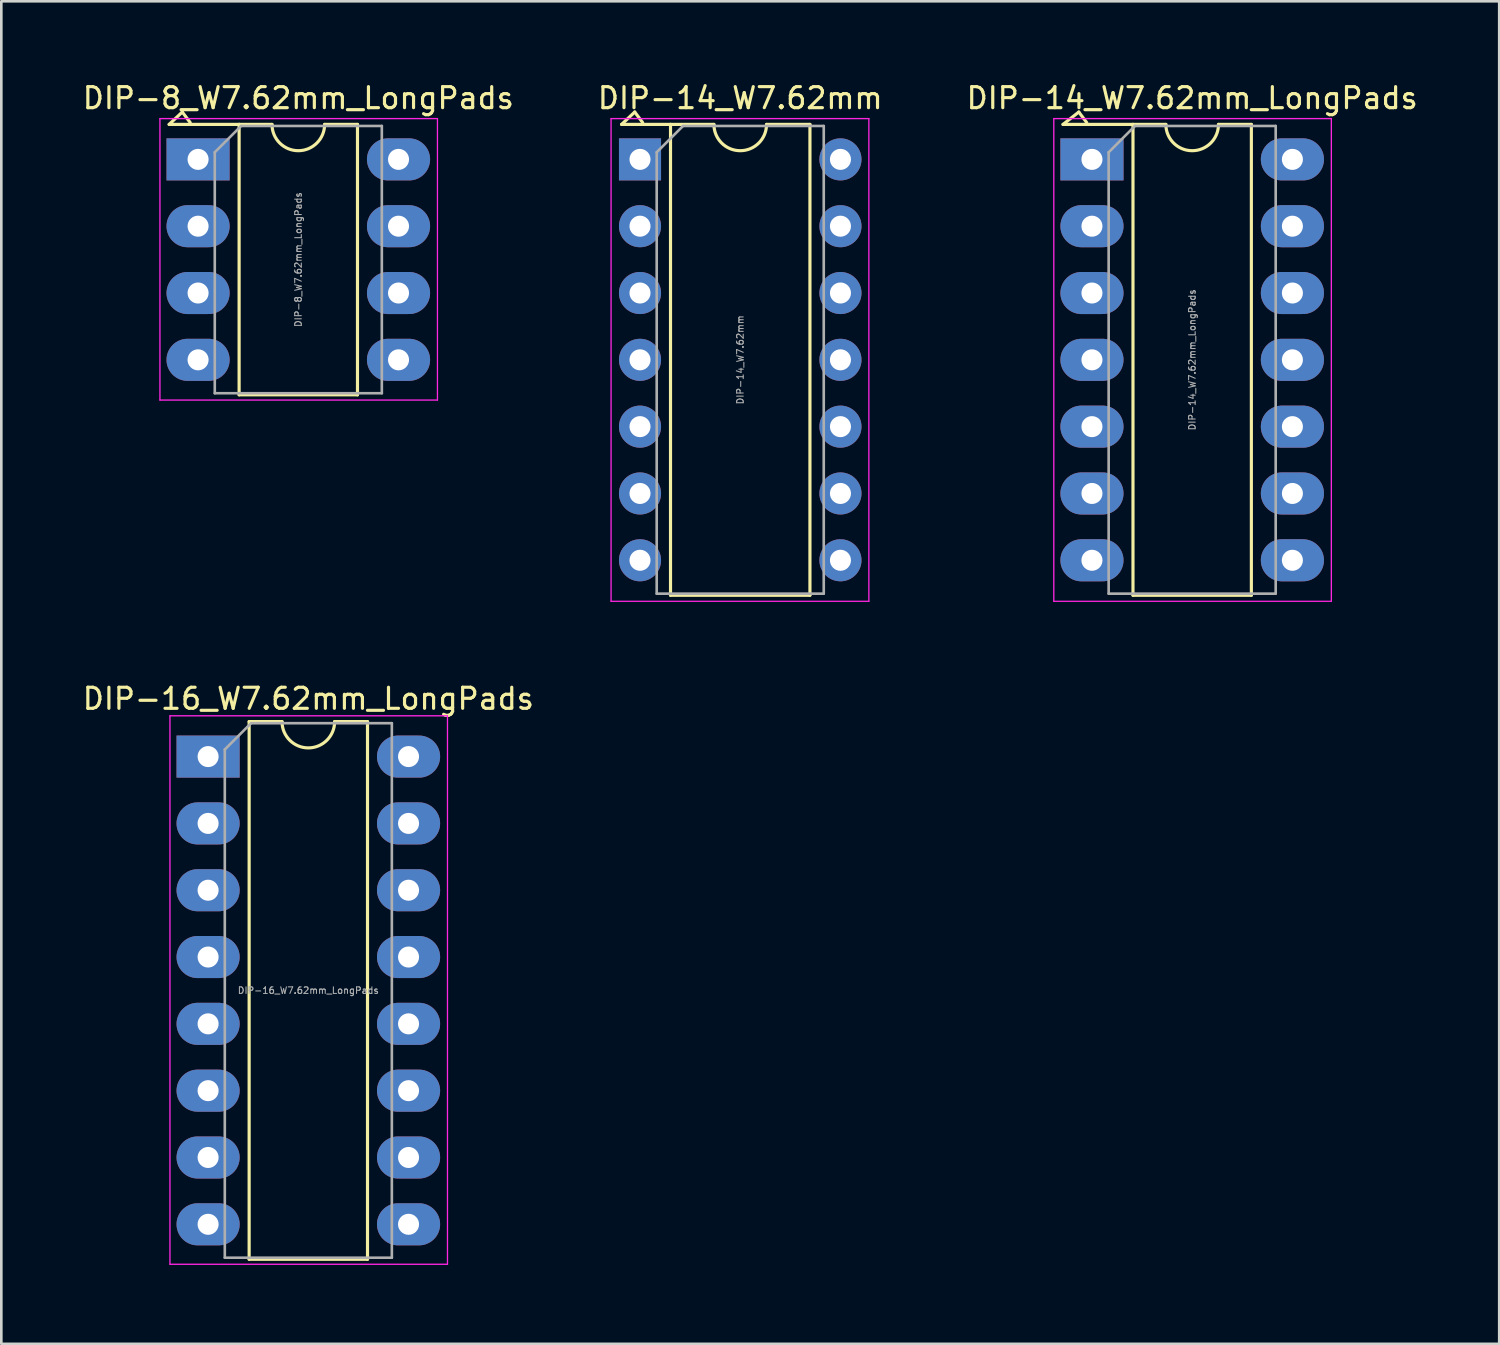
<source format=kicad_pcb>
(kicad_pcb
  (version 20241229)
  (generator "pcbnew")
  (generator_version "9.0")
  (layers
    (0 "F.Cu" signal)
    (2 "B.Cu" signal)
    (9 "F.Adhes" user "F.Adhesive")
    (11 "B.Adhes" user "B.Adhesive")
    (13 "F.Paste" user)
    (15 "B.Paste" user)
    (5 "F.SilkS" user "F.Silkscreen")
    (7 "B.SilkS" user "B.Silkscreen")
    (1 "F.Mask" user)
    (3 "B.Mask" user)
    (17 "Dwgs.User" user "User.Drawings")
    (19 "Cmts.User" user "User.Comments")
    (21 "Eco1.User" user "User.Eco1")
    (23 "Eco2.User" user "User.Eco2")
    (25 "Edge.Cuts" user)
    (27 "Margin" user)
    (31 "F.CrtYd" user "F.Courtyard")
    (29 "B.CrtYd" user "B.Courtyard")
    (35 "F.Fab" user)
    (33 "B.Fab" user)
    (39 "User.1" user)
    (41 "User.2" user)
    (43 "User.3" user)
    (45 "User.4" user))
  (footprint "DIP-16_W7.62mm_LongPads"
    (layer "F.Cu")
    (at 4.861 25.712)
    (property "Reference" "DIP-16_W7.62mm_LongPads" (at 3.81 -2.2 0) (layer "F.SilkS") (effects (font (size 0.8 0.8) (thickness 0.12))))
    (attr through_hole)
    (fp_line (start 1.56 -1.33) (end 1.56 19.11) (stroke (width 0.12) (type solid)) (layer "F.SilkS"))
    (fp_line (start 1.56 19.11) (end 6.06 19.11) (stroke (width 0.12) (type solid)) (layer "F.SilkS"))
    (fp_line (start 2.81 -1.33) (end 1.56 -1.33) (stroke (width 0.12) (type solid)) (layer "F.SilkS"))
    (fp_line (start 6.06 -1.33) (end 4.81 -1.33) (stroke (width 0.12) (type solid)) (layer "F.SilkS"))
    (fp_line (start 6.06 19.11) (end 6.06 -1.33) (stroke (width 0.12) (type solid)) (layer "F.SilkS"))
    (fp_arc (start 4.81 -1.33) (mid 3.81 -0.33) (end 2.81 -1.33) (stroke (width 0.12) (type solid)) (layer "F.SilkS"))
    (fp_line (start -1.45 -1.55) (end -1.45 19.3) (stroke (width 0.05) (type solid)) (layer "F.CrtYd"))
    (fp_line (start -1.45 19.3) (end 9.1 19.3) (stroke (width 0.05) (type solid)) (layer "F.CrtYd"))
    (fp_line (start 9.1 -1.55) (end -1.45 -1.55) (stroke (width 0.05) (type solid)) (layer "F.CrtYd"))
    (fp_line (start 9.1 19.3) (end 9.1 -1.55) (stroke (width 0.05) (type solid)) (layer "F.CrtYd"))
    (fp_line (start 0.635 -0.27) (end 1.635 -1.27) (stroke (width 0.1) (type solid)) (layer "F.Fab"))
    (fp_line (start 0.635 19.05) (end 0.635 -0.27) (stroke (width 0.1) (type solid)) (layer "F.Fab"))
    (fp_line (start 1.635 -1.27) (end 6.985 -1.27) (stroke (width 0.1) (type solid)) (layer "F.Fab"))
    (fp_line (start 6.985 -1.27) (end 6.985 19.05) (stroke (width 0.1) (type solid)) (layer "F.Fab"))
    (fp_line (start 6.985 19.05) (end 0.635 19.05) (stroke (width 0.1) (type solid)) (layer "F.Fab"))
    (fp_text user "${REFERENCE}" (at 3.81 8.89 0) (layer "F.Fab") (effects (font (size 0.25 0.25) (thickness 0.04))))
    (pad "1" thru_hole rect (at 0 0) (size 2.4 1.6) (drill 0.8) (layers "*.Cu" "*.Mask"))
    (pad "2" thru_hole oval (at 0 2.54) (size 2.4 1.6) (drill 0.8) (layers "*.Cu" "*.Mask"))
    (pad "3" thru_hole oval (at 0 5.08) (size 2.4 1.6) (drill 0.8) (layers "*.Cu" "*.Mask"))
    (pad "4" thru_hole oval (at 0 7.62) (size 2.4 1.6) (drill 0.8) (layers "*.Cu" "*.Mask"))
    (pad "5" thru_hole oval (at 0 10.16) (size 2.4 1.6) (drill 0.8) (layers "*.Cu" "*.Mask"))
    (pad "6" thru_hole oval (at 0 12.7) (size 2.4 1.6) (drill 0.8) (layers "*.Cu" "*.Mask"))
    (pad "7" thru_hole oval (at 0 15.24) (size 2.4 1.6) (drill 0.8) (layers "*.Cu" "*.Mask"))
    (pad "8" thru_hole oval (at 0 17.78) (size 2.4 1.6) (drill 0.8) (layers "*.Cu" "*.Mask"))
    (pad "9" thru_hole oval (at 7.62 17.78) (size 2.4 1.6) (drill 0.8) (layers "*.Cu" "*.Mask"))
    (pad "10" thru_hole oval (at 7.62 15.24) (size 2.4 1.6) (drill 0.8) (layers "*.Cu" "*.Mask"))
    (pad "11" thru_hole oval (at 7.62 12.7) (size 2.4 1.6) (drill 0.8) (layers "*.Cu" "*.Mask"))
    (pad "12" thru_hole oval (at 7.62 10.16) (size 2.4 1.6) (drill 0.8) (layers "*.Cu" "*.Mask"))
    (pad "13" thru_hole oval (at 7.62 7.62) (size 2.4 1.6) (drill 0.8) (layers "*.Cu" "*.Mask"))
    (pad "14" thru_hole oval (at 7.62 5.08) (size 2.4 1.6) (drill 0.8) (layers "*.Cu" "*.Mask"))
    (pad "15" thru_hole oval (at 7.62 2.54) (size 2.4 1.6) (drill 0.8) (layers "*.Cu" "*.Mask"))
    (pad "16" thru_hole oval (at 7.62 0) (size 2.4 1.6) (drill 0.8) (layers "*.Cu" "*.Mask")))
  (footprint "DIP-14_W7.62mm"
    (layer "F.Cu")
    (at 21.28 3.009)
    (property "Reference" "DIP-14_W7.62mm" (at 3.81 -2.33 0) (layer "F.SilkS") (effects (font (size 0.8 0.8) (thickness 0.12))))
    (attr through_hole)
    (fp_line (start -0.7 -1.33) (end -0.2 -1.8) (stroke (width 0.12) (type default)) (layer "F.SilkS"))
    (fp_line (start -0.2 -1.8) (end 0.1 -1.4) (stroke (width 0.12) (type default)) (layer "F.SilkS"))
    (fp_line (start 1.16 -1.33) (end -0.7 -1.33) (stroke (width 0.12) (type default)) (layer "F.SilkS"))
    (fp_line (start 1.16 -1.33) (end 1.16 16.57) (stroke (width 0.12) (type solid)) (layer "F.SilkS"))
    (fp_line (start 1.16 16.57) (end 6.46 16.57) (stroke (width 0.12) (type solid)) (layer "F.SilkS"))
    (fp_line (start 2.81 -1.33) (end 1.16 -1.33) (stroke (width 0.12) (type solid)) (layer "F.SilkS"))
    (fp_line (start 6.46 -1.33) (end 4.81 -1.33) (stroke (width 0.12) (type solid)) (layer "F.SilkS"))
    (fp_line (start 6.46 16.57) (end 6.46 -1.33) (stroke (width 0.12) (type solid)) (layer "F.SilkS"))
    (fp_arc (start 4.81 -1.33) (mid 3.81 -0.33) (end 2.81 -1.33) (stroke (width 0.12) (type solid)) (layer "F.SilkS"))
    (fp_line (start -1.1 -1.55) (end -1.1 16.8) (stroke (width 0.05) (type solid)) (layer "F.CrtYd"))
    (fp_line (start -1.1 16.8) (end 8.7 16.8) (stroke (width 0.05) (type solid)) (layer "F.CrtYd"))
    (fp_line (start 8.7 -1.55) (end -1.1 -1.55) (stroke (width 0.05) (type solid)) (layer "F.CrtYd"))
    (fp_line (start 8.7 16.8) (end 8.7 -1.55) (stroke (width 0.05) (type solid)) (layer "F.CrtYd"))
    (fp_line (start 0.635 -0.27) (end 1.635 -1.27) (stroke (width 0.1) (type solid)) (layer "F.Fab"))
    (fp_line (start 0.635 16.51) (end 0.635 -0.27) (stroke (width 0.1) (type solid)) (layer "F.Fab"))
    (fp_line (start 1.635 -1.27) (end 6.985 -1.27) (stroke (width 0.1) (type solid)) (layer "F.Fab"))
    (fp_line (start 6.985 -1.27) (end 6.985 16.51) (stroke (width 0.1) (type solid)) (layer "F.Fab"))
    (fp_line (start 6.985 16.51) (end 0.635 16.51) (stroke (width 0.1) (type solid)) (layer "F.Fab"))
    (fp_text user "${REFERENCE}" (at 3.81 7.62 90) (layer "F.Fab") (effects (font (size 0.25 0.25) (thickness 0.04))))
    (pad "1" thru_hole rect (at 0 0) (size 1.6 1.6) (drill 0.8) (layers "*.Cu" "*.Mask"))
    (pad "2" thru_hole oval (at 0 2.54) (size 1.6 1.6) (drill 0.8) (layers "*.Cu" "*.Mask"))
    (pad "3" thru_hole oval (at 0 5.08) (size 1.6 1.6) (drill 0.8) (layers "*.Cu" "*.Mask"))
    (pad "4" thru_hole oval (at 0 7.62) (size 1.6 1.6) (drill 0.8) (layers "*.Cu" "*.Mask"))
    (pad "5" thru_hole oval (at 0 10.16) (size 1.6 1.6) (drill 0.8) (layers "*.Cu" "*.Mask"))
    (pad "6" thru_hole oval (at 0 12.7) (size 1.6 1.6) (drill 0.8) (layers "*.Cu" "*.Mask"))
    (pad "7" thru_hole oval (at 0 15.24) (size 1.6 1.6) (drill 0.8) (layers "*.Cu" "*.Mask"))
    (pad "8" thru_hole oval (at 7.62 15.24) (size 1.6 1.6) (drill 0.8) (layers "*.Cu" "*.Mask"))
    (pad "9" thru_hole oval (at 7.62 12.7) (size 1.6 1.6) (drill 0.8) (layers "*.Cu" "*.Mask"))
    (pad "10" thru_hole oval (at 7.62 10.16) (size 1.6 1.6) (drill 0.8) (layers "*.Cu" "*.Mask"))
    (pad "11" thru_hole oval (at 7.62 7.62) (size 1.6 1.6) (drill 0.8) (layers "*.Cu" "*.Mask"))
    (pad "12" thru_hole oval (at 7.62 5.08) (size 1.6 1.6) (drill 0.8) (layers "*.Cu" "*.Mask"))
    (pad "13" thru_hole oval (at 7.62 2.54) (size 1.6 1.6) (drill 0.8) (layers "*.Cu" "*.Mask"))
    (pad "14" thru_hole oval (at 7.62 0) (size 1.6 1.6) (drill 0.8) (layers "*.Cu" "*.Mask")))
  (footprint "DIP-14_W7.62mm_LongPads"
    (layer "F.Cu")
    (at 38.461 3.009)
    (property "Reference" "DIP-14_W7.62mm_LongPads" (at 3.81 -2.33 0) (layer "F.SilkS") (effects (font (size 0.8 0.8) (thickness 0.12))))
    (attr through_hole)
    (fp_line (start -1.1 -1.33) (end -0.5 -1.8) (stroke (width 0.12) (type default)) (layer "F.SilkS"))
    (fp_line (start -0.5 -1.8) (end -0.2 -1.4) (stroke (width 0.12) (type default)) (layer "F.SilkS"))
    (fp_line (start 1.56 -1.33) (end -1.1 -1.33) (stroke (width 0.12) (type default)) (layer "F.SilkS"))
    (fp_line (start 1.56 -1.33) (end 1.56 16.57) (stroke (width 0.12) (type solid)) (layer "F.SilkS"))
    (fp_line (start 1.56 16.57) (end 6.06 16.57) (stroke (width 0.12) (type solid)) (layer "F.SilkS"))
    (fp_line (start 2.81 -1.33) (end 1.56 -1.33) (stroke (width 0.12) (type solid)) (layer "F.SilkS"))
    (fp_line (start 6.06 -1.33) (end 4.81 -1.33) (stroke (width 0.12) (type solid)) (layer "F.SilkS"))
    (fp_line (start 6.06 16.57) (end 6.06 -1.33) (stroke (width 0.12) (type solid)) (layer "F.SilkS"))
    (fp_arc (start 4.81 -1.33) (mid 3.81 -0.33) (end 2.81 -1.33) (stroke (width 0.12) (type solid)) (layer "F.SilkS"))
    (fp_line (start -1.45 -1.55) (end -1.45 16.8) (stroke (width 0.05) (type solid)) (layer "F.CrtYd"))
    (fp_line (start -1.45 16.8) (end 9.1 16.8) (stroke (width 0.05) (type solid)) (layer "F.CrtYd"))
    (fp_line (start 9.1 -1.55) (end -1.45 -1.55) (stroke (width 0.05) (type solid)) (layer "F.CrtYd"))
    (fp_line (start 9.1 16.8) (end 9.1 -1.55) (stroke (width 0.05) (type solid)) (layer "F.CrtYd"))
    (fp_line (start 0.635 -0.27) (end 1.635 -1.27) (stroke (width 0.1) (type solid)) (layer "F.Fab"))
    (fp_line (start 0.635 16.51) (end 0.635 -0.27) (stroke (width 0.1) (type solid)) (layer "F.Fab"))
    (fp_line (start 1.635 -1.27) (end 6.985 -1.27) (stroke (width 0.1) (type solid)) (layer "F.Fab"))
    (fp_line (start 6.985 -1.27) (end 6.985 16.51) (stroke (width 0.1) (type solid)) (layer "F.Fab"))
    (fp_line (start 6.985 16.51) (end 0.635 16.51) (stroke (width 0.1) (type solid)) (layer "F.Fab"))
    (fp_text user "${REFERENCE}" (at 3.81 7.62 90) (layer "F.Fab") (effects (font (size 0.25 0.25) (thickness 0.04))))
    (pad "1" thru_hole rect (at 0 0) (size 2.4 1.6) (drill 0.8) (layers "*.Cu" "*.Mask"))
    (pad "2" thru_hole oval (at 0 2.54) (size 2.4 1.6) (drill 0.8) (layers "*.Cu" "*.Mask"))
    (pad "3" thru_hole oval (at 0 5.08) (size 2.4 1.6) (drill 0.8) (layers "*.Cu" "*.Mask"))
    (pad "4" thru_hole oval (at 0 7.62) (size 2.4 1.6) (drill 0.8) (layers "*.Cu" "*.Mask"))
    (pad "5" thru_hole oval (at 0 10.16) (size 2.4 1.6) (drill 0.8) (layers "*.Cu" "*.Mask"))
    (pad "6" thru_hole oval (at 0 12.7) (size 2.4 1.6) (drill 0.8) (layers "*.Cu" "*.Mask"))
    (pad "7" thru_hole oval (at 0 15.24) (size 2.4 1.6) (drill 0.8) (layers "*.Cu" "*.Mask"))
    (pad "8" thru_hole oval (at 7.62 15.24) (size 2.4 1.6) (drill 0.8) (layers "*.Cu" "*.Mask"))
    (pad "9" thru_hole oval (at 7.62 12.7) (size 2.4 1.6) (drill 0.8) (layers "*.Cu" "*.Mask"))
    (pad "10" thru_hole oval (at 7.62 10.16) (size 2.4 1.6) (drill 0.8) (layers "*.Cu" "*.Mask"))
    (pad "11" thru_hole oval (at 7.62 7.62) (size 2.4 1.6) (drill 0.8) (layers "*.Cu" "*.Mask"))
    (pad "12" thru_hole oval (at 7.62 5.08) (size 2.4 1.6) (drill 0.8) (layers "*.Cu" "*.Mask"))
    (pad "13" thru_hole oval (at 7.62 2.54) (size 2.4 1.6) (drill 0.8) (layers "*.Cu" "*.Mask"))
    (pad "14" thru_hole oval (at 7.62 0) (size 2.4 1.6) (drill 0.8) (layers "*.Cu" "*.Mask")))
  (footprint "DIP-8_W7.62mm_LongPads"
    (layer "F.Cu")
    (at 4.48 3.009)
    (property "Reference" "DIP-8_W7.62mm_LongPads" (at 3.81 -2.33 0) (layer "F.SilkS") (effects (font (size 0.8 0.8) (thickness 0.12))))
    (attr through_hole)
    (fp_line (start -1.1 -1.33) (end -0.6 -1.8) (stroke (width 0.12) (type default)) (layer "F.SilkS"))
    (fp_line (start -0.6 -1.8) (end -0.3 -1.4) (stroke (width 0.12) (type default)) (layer "F.SilkS"))
    (fp_line (start 1.56 -1.33) (end -1.1 -1.33) (stroke (width 0.12) (type default)) (layer "F.SilkS"))
    (fp_line (start 1.56 -1.33) (end 1.56 8.95) (stroke (width 0.12) (type solid)) (layer "F.SilkS"))
    (fp_line (start 1.56 8.95) (end 6.06 8.95) (stroke (width 0.12) (type solid)) (layer "F.SilkS"))
    (fp_line (start 2.81 -1.33) (end 1.56 -1.33) (stroke (width 0.12) (type solid)) (layer "F.SilkS"))
    (fp_line (start 6.06 -1.33) (end 4.81 -1.33) (stroke (width 0.12) (type solid)) (layer "F.SilkS"))
    (fp_line (start 6.06 8.95) (end 6.06 -1.33) (stroke (width 0.12) (type solid)) (layer "F.SilkS"))
    (fp_arc (start 4.81 -1.33) (mid 3.81 -0.33) (end 2.81 -1.33) (stroke (width 0.12) (type solid)) (layer "F.SilkS"))
    (fp_line (start -1.45 -1.55) (end -1.45 9.15) (stroke (width 0.05) (type solid)) (layer "F.CrtYd"))
    (fp_line (start -1.45 9.15) (end 9.1 9.15) (stroke (width 0.05) (type solid)) (layer "F.CrtYd"))
    (fp_line (start 9.1 -1.55) (end -1.45 -1.55) (stroke (width 0.05) (type solid)) (layer "F.CrtYd"))
    (fp_line (start 9.1 9.15) (end 9.1 -1.55) (stroke (width 0.05) (type solid)) (layer "F.CrtYd"))
    (fp_line (start 0.635 -0.27) (end 1.635 -1.27) (stroke (width 0.1) (type solid)) (layer "F.Fab"))
    (fp_line (start 0.635 8.89) (end 0.635 -0.27) (stroke (width 0.1) (type solid)) (layer "F.Fab"))
    (fp_line (start 1.635 -1.27) (end 6.985 -1.27) (stroke (width 0.1) (type solid)) (layer "F.Fab"))
    (fp_line (start 6.985 -1.27) (end 6.985 8.89) (stroke (width 0.1) (type solid)) (layer "F.Fab"))
    (fp_line (start 6.985 8.89) (end 0.635 8.89) (stroke (width 0.1) (type solid)) (layer "F.Fab"))
    (fp_text user "${REFERENCE}" (at 3.81 3.81 90) (layer "F.Fab") (effects (font (size 0.25 0.25) (thickness 0.04))))
    (pad "1" thru_hole rect (at 0 0) (size 2.4 1.6) (drill 0.8) (layers "*.Cu" "*.Mask"))
    (pad "2" thru_hole oval (at 0 2.54) (size 2.4 1.6) (drill 0.8) (layers "*.Cu" "*.Mask"))
    (pad "3" thru_hole oval (at 0 5.08) (size 2.4 1.6) (drill 0.8) (layers "*.Cu" "*.Mask"))
    (pad "4" thru_hole oval (at 0 7.62) (size 2.4 1.6) (drill 0.8) (layers "*.Cu" "*.Mask"))
    (pad "5" thru_hole oval (at 7.62 7.62) (size 2.4 1.6) (drill 0.8) (layers "*.Cu" "*.Mask"))
    (pad "6" thru_hole oval (at 7.62 5.08) (size 2.4 1.6) (drill 0.8) (layers "*.Cu" "*.Mask"))
    (pad "7" thru_hole oval (at 7.62 2.54) (size 2.4 1.6) (drill 0.8) (layers "*.Cu" "*.Mask"))
    (pad "8" thru_hole oval (at 7.62 0) (size 2.4 1.6) (drill 0.8) (layers "*.Cu" "*.Mask")))
  (gr_rect
    (start -3 -3)
    (end 53.943 48.037)
    (stroke (width 0.1) (type default))
    (fill no)
    (layer "Edge.Cuts")))
</source>
